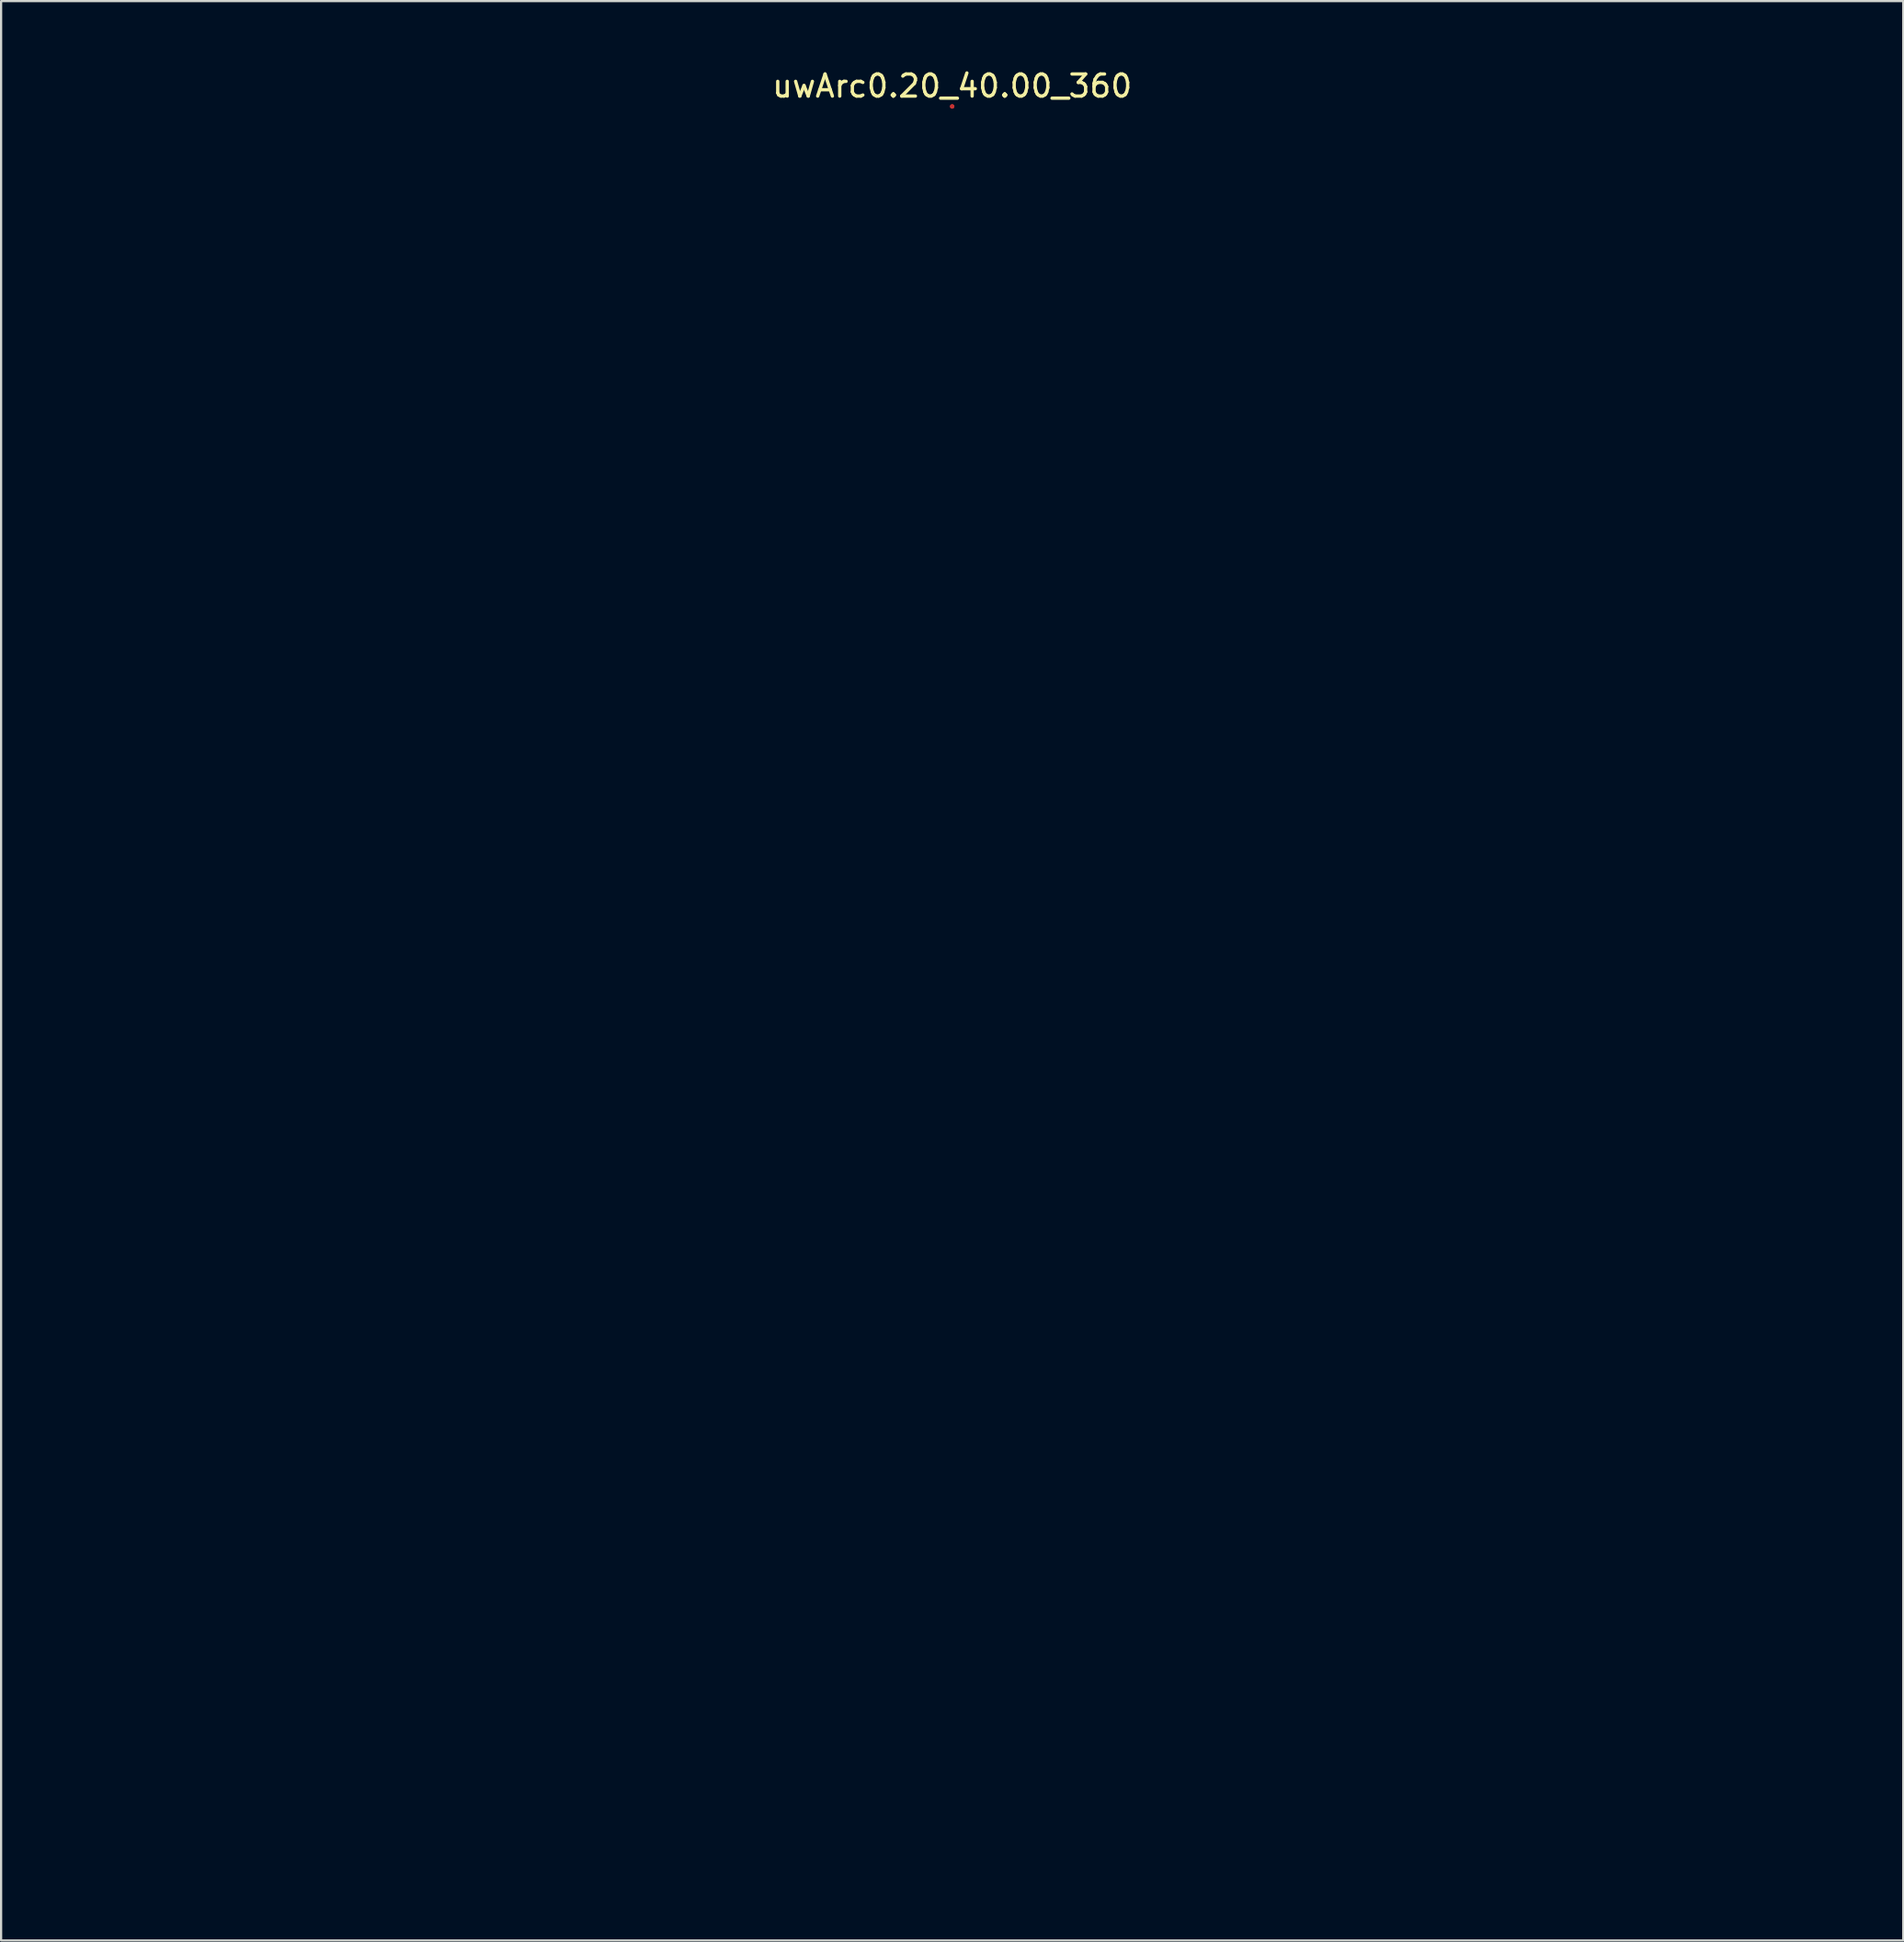
<source format=kicad_pcb>
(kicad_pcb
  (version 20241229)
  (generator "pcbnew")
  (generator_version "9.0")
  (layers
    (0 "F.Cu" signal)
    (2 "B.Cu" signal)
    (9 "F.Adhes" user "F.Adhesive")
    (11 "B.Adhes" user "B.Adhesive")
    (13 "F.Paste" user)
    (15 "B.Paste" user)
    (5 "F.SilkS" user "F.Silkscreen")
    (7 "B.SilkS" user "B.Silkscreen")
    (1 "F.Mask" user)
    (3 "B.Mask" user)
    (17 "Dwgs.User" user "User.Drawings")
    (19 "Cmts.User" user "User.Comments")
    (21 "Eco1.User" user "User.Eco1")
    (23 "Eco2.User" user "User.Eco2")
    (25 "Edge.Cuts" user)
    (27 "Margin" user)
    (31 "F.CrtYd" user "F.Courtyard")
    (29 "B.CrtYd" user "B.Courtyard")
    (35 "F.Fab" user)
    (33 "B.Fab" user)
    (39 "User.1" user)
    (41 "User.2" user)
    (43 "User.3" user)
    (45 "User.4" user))
  (footprint "uwArc0.20_40.00_360"
    (layer "F.Cu")
    (at 40.1 42.773)
    (property "Reference" "uwArc0.20_40.00_360" (at 0 -41.925 0) (layer "F.SilkS") (effects (font (size 1 1) (thickness 0.15))))
    (attr exclude_from_pos_files exclude_from_bom)
    (pad "1" smd circle (at 0 -41) (size 0.2 0.2) (layers "F.Cu"))
    (pad "1" smd custom (at 0 -41) (size 0.2 0.2) (layers "F.Cu") (options (anchor circle)) (primitives (gr_arc (start 0 0) (mid 0 80) (end 0 0) (width 0.2)))))
  (gr_rect
    (start -3 -3)
    (end 83.2 84.873)
    (stroke (width 0.1) (type default))
    (fill no)
    (layer "Edge.Cuts")))
</source>
